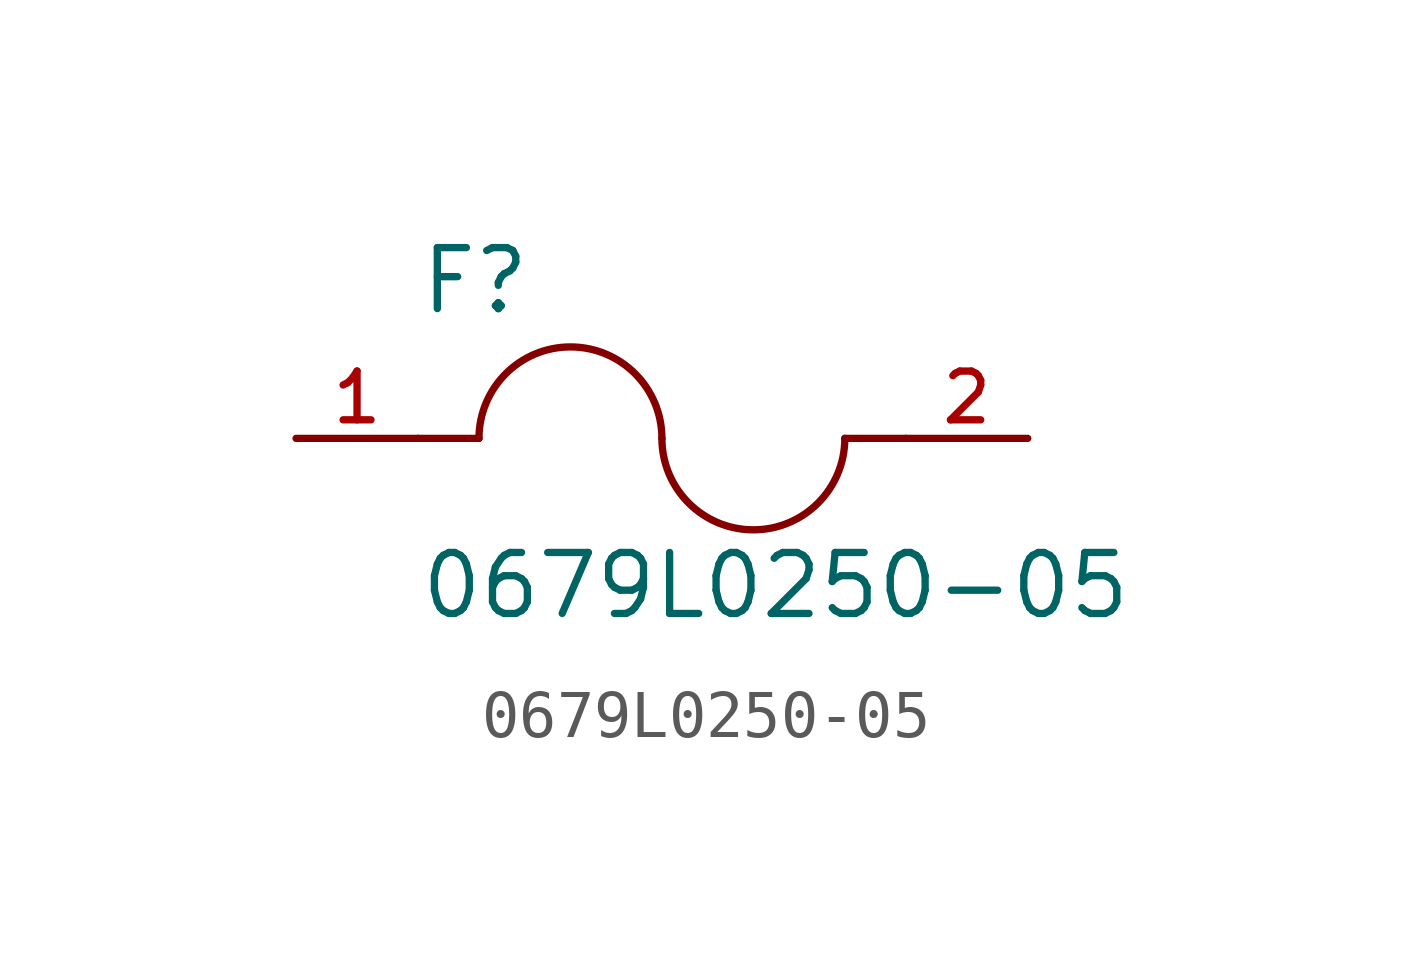
<source format=kicad_sym>
(kicad_symbol_lib
  (version 20211014)
  (generator kicad_symbol_editor)
  (symbol "0679L0250-05"
    (pin_names
      (offset 1.016))
    (property "Reference" "F"
      (at -5.08 2.54 0)
      (effects (font (size 1.27 1.27)) (justify bottom left)))
    (property "Value" "0679L0250-05"
      (at -5.08 -3.81 0)
      (effects (font (size 1.27 1.27)) (justify bottom left)))
    (symbol "0679L0250-05_0_0"
      (arc (start 0.0 0.0) (mid -1.905 1.905) (end -3.81 0.0) (stroke (width 0.1524) (type default) (color 0 0 0 0)) (fill (type none)))
      (arc (start 3.81 0.0) (mid 1.905 -1.905) (end 0.0 0.0) (stroke (width 0.1524) (type default) (color 0 0 0 0)) (fill (type none)))
      (polyline (pts (xy 5.08 0.0) (xy 3.81 0.0)) (stroke (width 0.152)))
      (polyline (pts (xy -5.08 0.0) (xy -3.81 0.0)) (stroke (width 0.152)))
      (pin passive line (at -7.62 0.0 0) (length 2.54) (name "~" (effects (font (size 1.016 1.016)))) (number "1" (effects (font (size 1.016 1.016)))))
      (pin passive line (at 7.62 0.0 180.0) (length 2.54) (name "~" (effects (font (size 1.016 1.016)))) (number "2" (effects (font (size 1.016 1.016))))))))
</source>
